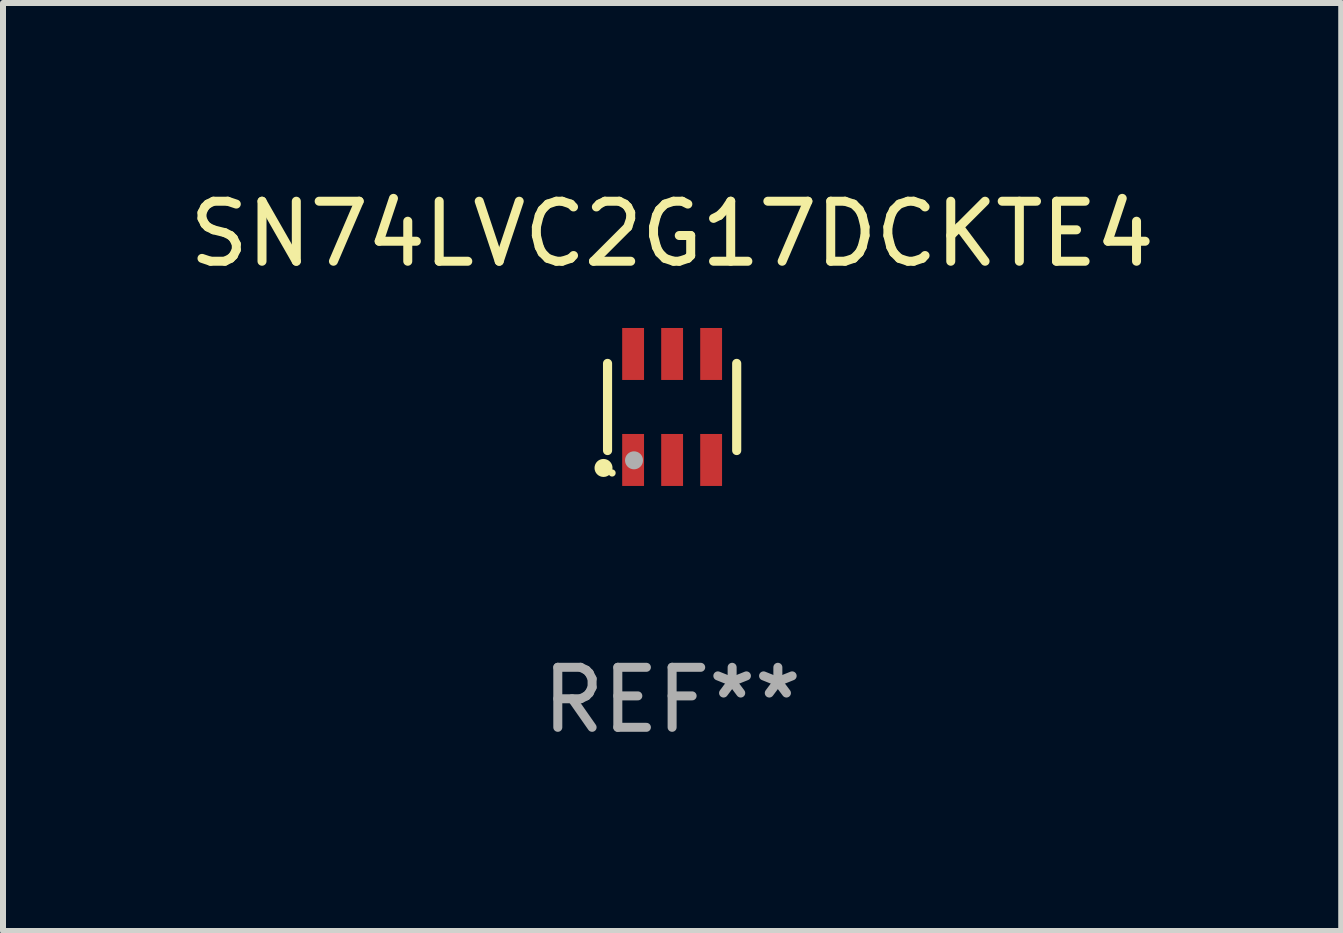
<source format=kicad_pcb>
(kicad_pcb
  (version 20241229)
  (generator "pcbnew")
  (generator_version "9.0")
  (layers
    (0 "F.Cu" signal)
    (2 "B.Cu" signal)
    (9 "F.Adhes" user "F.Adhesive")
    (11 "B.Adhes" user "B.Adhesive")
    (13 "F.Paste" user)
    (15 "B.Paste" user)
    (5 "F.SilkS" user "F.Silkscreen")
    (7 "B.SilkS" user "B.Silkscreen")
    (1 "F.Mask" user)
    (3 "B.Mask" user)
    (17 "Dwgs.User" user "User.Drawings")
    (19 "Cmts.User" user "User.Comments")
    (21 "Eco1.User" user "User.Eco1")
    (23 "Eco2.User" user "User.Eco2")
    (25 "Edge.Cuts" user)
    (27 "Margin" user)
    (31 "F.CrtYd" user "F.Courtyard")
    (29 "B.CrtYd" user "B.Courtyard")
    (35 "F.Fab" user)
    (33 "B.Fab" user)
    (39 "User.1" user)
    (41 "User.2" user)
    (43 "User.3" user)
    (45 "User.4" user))
  (footprint "SN74LVC2G17DCKTE4"
    (layer "F.Cu")
    (at 8.149 3.731)
    (property "Reference" "SN74LVC2G17DCKTE4" (at 0 -2.883 0) (layer "F.SilkS") (effects (font (size 1 1) (thickness 0.15))))
    (attr through_hole)
    (fp_line (start -1.076 0.726) (end -1.076 -0.726) (stroke (width 0.152) (type solid)) (layer "F.SilkS"))
    (fp_line (start 1.076 0.726) (end 1.076 -0.726) (stroke (width 0.152) (type solid)) (layer "F.SilkS"))
    (fp_circle (center -1.143 1.016) (end -1.068 1.016) (stroke (width 0.15) (type solid)) (fill no) (layer "F.SilkS"))
    (fp_circle (center -1 1.1) (end -0.97 1.1) (stroke (width 0.06) (type solid)) (fill no) (layer "F.SilkS"))
    (fp_circle (center -0.635 0.889) (end -0.56 0.889) (stroke (width 0.15) (type solid)) (fill no) (layer "F.Fab"))
    (fp_text user "REF**" (at 0 4.883 0) (layer "F.Fab") (effects (font (size 1 1) (thickness 0.15))))
    (pad "1" smd rect (at -0.65 0.883) (size 0.364 0.866) (layers "F.Cu" "F.Mask" "F.Paste"))
    (pad "2" smd rect (at 0 0.883) (size 0.364 0.866) (layers "F.Cu" "F.Mask" "F.Paste"))
    (pad "3" smd rect (at 0.65 0.883) (size 0.364 0.866) (layers "F.Cu" "F.Mask" "F.Paste"))
    (pad "4" smd rect (at 0.65 -0.883) (size 0.364 0.866) (layers "F.Cu" "F.Mask" "F.Paste"))
    (pad "5" smd rect (at 0 -0.883) (size 0.364 0.866) (layers "F.Cu" "F.Mask" "F.Paste"))
    (pad "6" smd rect (at -0.65 -0.883) (size 0.364 0.866) (layers "F.Cu" "F.Mask" "F.Paste")))
  (gr_rect
    (start -3 -3)
    (end 19.298 12.462)
    (stroke (width 0.1) (type default))
    (fill no)
    (layer "Edge.Cuts")))
</source>
